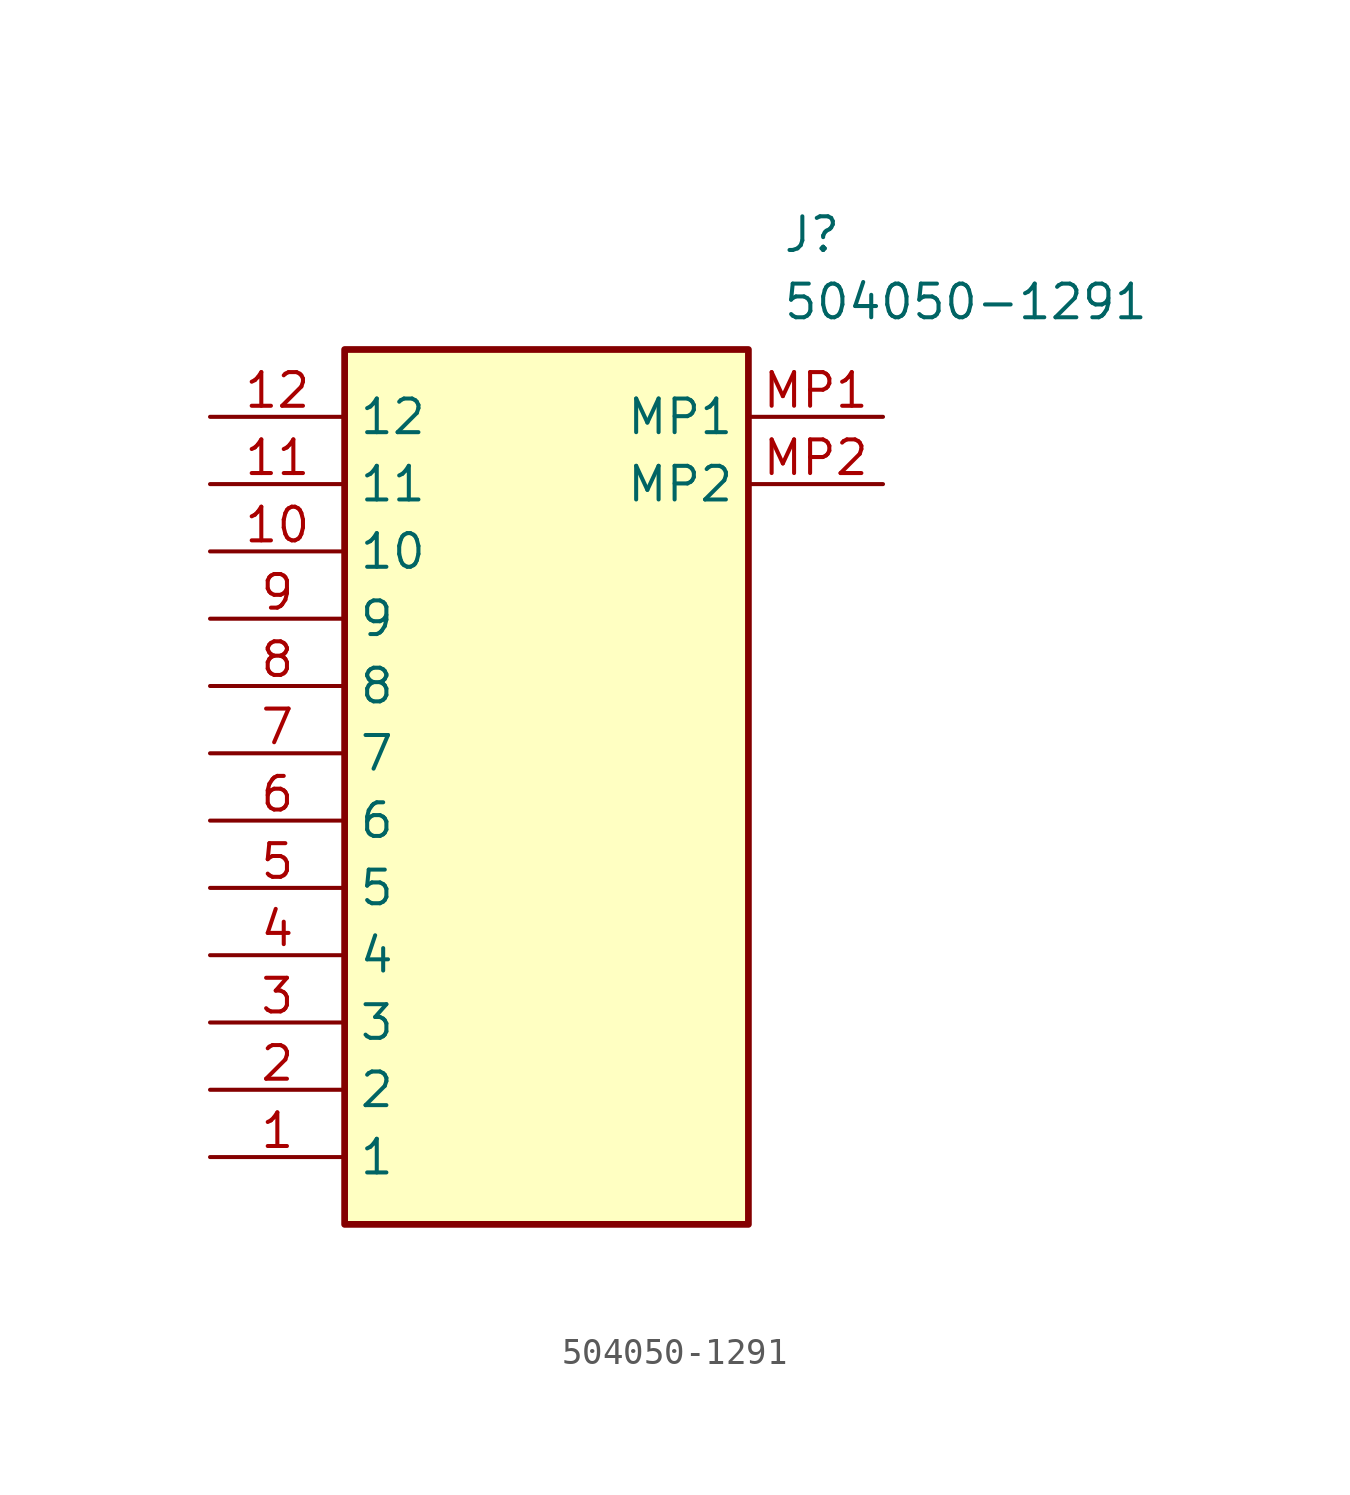
<source format=kicad_sym>
(kicad_symbol_lib
  (version 20211014)
  (generator SamacSys_ECAD_Model)
  (symbol "504050-1291"
    (property "Reference" "J"
      (at 21.59 7.62 0)
      (effects (font (size 1.27 1.27)) (justify left top)))
    (property "Value" "504050-1291"
      (at 21.59 5.08 0)
      (effects (font (size 1.27 1.27)) (justify left top)))
    (rectangle
      (start 5.08 2.54)
      (end 20.32 -30.48)
      (stroke (width 0.254) (type default))
      (fill (type background)))
    (pin passive line
      (at 0 -27.94 0)
      (length 5.08)
      (name "1" (effects (font (size 1.27 1.27))))
      (number "1" (effects (font (size 1.27 1.27)))))
    (pin passive line
      (at 0 -25.4 0)
      (length 5.08)
      (name "2" (effects (font (size 1.27 1.27))))
      (number "2" (effects (font (size 1.27 1.27)))))
    (pin passive line
      (at 0 -22.86 0)
      (length 5.08)
      (name "3" (effects (font (size 1.27 1.27))))
      (number "3" (effects (font (size 1.27 1.27)))))
    (pin passive line
      (at 0 -20.32 0)
      (length 5.08)
      (name "4" (effects (font (size 1.27 1.27))))
      (number "4" (effects (font (size 1.27 1.27)))))
    (pin passive line
      (at 0 -17.78 0)
      (length 5.08)
      (name "5" (effects (font (size 1.27 1.27))))
      (number "5" (effects (font (size 1.27 1.27)))))
    (pin passive line
      (at 0 -15.24 0)
      (length 5.08)
      (name "6" (effects (font (size 1.27 1.27))))
      (number "6" (effects (font (size 1.27 1.27)))))
    (pin passive line
      (at 0 -12.7 0)
      (length 5.08)
      (name "7" (effects (font (size 1.27 1.27))))
      (number "7" (effects (font (size 1.27 1.27)))))
    (pin passive line
      (at 0 -10.16 0)
      (length 5.08)
      (name "8" (effects (font (size 1.27 1.27))))
      (number "8" (effects (font (size 1.27 1.27)))))
    (pin passive line
      (at 0 -7.62 0)
      (length 5.08)
      (name "9" (effects (font (size 1.27 1.27))))
      (number "9" (effects (font (size 1.27 1.27)))))
    (pin passive line
      (at 0 -5.08 0)
      (length 5.08)
      (name "10" (effects (font (size 1.27 1.27))))
      (number "10" (effects (font (size 1.27 1.27)))))
    (pin passive line
      (at 0 -2.54 0)
      (length 5.08)
      (name "11" (effects (font (size 1.27 1.27))))
      (number "11" (effects (font (size 1.27 1.27)))))
    (pin passive line
      (at 0 0 0)
      (length 5.08)
      (name "12" (effects (font (size 1.27 1.27))))
      (number "12" (effects (font (size 1.27 1.27)))))
    (pin passive line
      (at 25.4 0 180)
      (length 5.08)
      (name "MP1" (effects (font (size 1.27 1.27))))
      (number "MP1" (effects (font (size 1.27 1.27)))))
    (pin passive line
      (at 25.4 -2.54 180)
      (length 5.08)
      (name "MP2" (effects (font (size 1.27 1.27))))
      (number "MP2" (effects (font (size 1.27 1.27)))))))
</source>
